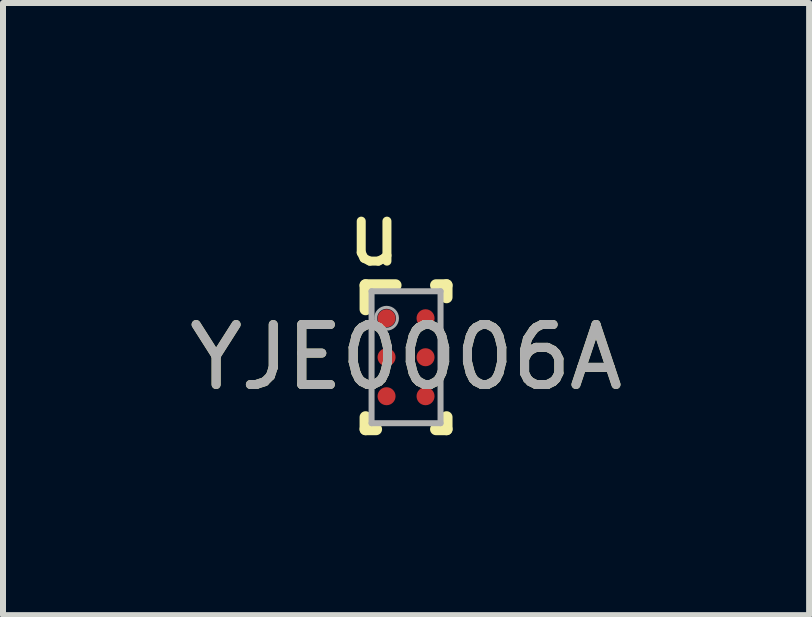
<source format=kicad_pcb>
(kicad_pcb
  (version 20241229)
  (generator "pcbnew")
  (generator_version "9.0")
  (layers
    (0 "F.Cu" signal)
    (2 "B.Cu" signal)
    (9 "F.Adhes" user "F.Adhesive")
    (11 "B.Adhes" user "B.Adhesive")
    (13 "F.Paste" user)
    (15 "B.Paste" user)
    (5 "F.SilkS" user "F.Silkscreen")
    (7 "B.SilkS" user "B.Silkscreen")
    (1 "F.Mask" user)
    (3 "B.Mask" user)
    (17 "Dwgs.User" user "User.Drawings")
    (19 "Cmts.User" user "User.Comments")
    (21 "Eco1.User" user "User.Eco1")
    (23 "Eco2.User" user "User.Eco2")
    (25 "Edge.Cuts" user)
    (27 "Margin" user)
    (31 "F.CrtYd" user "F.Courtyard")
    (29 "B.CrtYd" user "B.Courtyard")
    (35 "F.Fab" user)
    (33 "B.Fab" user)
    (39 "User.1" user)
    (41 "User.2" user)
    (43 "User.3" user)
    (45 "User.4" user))
  (footprint "YJE0006A"
    (layer "F.Cu")
    (at 3.72 2.906)
    (property "Reference" "YJE0006A" (at 0 0 0) (unlocked yes) (layer "F.SilkS") (effects (font (size 1 1) (thickness 0.15))))
    (attr smd)
    (fp_line (start -0.675 -1.2) (end -0.175 -1.2) (stroke (width 0.2) (type solid)) (layer "F.SilkS"))
    (fp_line (start -0.675 -0.8) (end -0.675 -1.2) (stroke (width 0.2) (type solid)) (layer "F.SilkS"))
    (fp_line (start -0.675 1.2) (end -0.675 1) (stroke (width 0.2) (type solid)) (layer "F.SilkS"))
    (fp_line (start -0.675 1.2) (end -0.5 1.2) (stroke (width 0.2) (type solid)) (layer "F.SilkS"))
    (fp_line (start 0.5 -1.2) (end 0.675 -1.2) (stroke (width 0.2) (type solid)) (layer "F.SilkS"))
    (fp_line (start 0.5 1.2) (end 0.675 1.2) (stroke (width 0.2) (type solid)) (layer "F.SilkS"))
    (fp_line (start 0.675 -1) (end 0.675 -1.2) (stroke (width 0.2) (type solid)) (layer "F.SilkS"))
    (fp_line (start 0.675 1.2) (end 0.675 1) (stroke (width 0.2) (type solid)) (layer "F.SilkS"))
    (fp_line (start -0.475 -0.55) (end -0.475 -0.75) (stroke (width 0.02) (type solid)) (layer "F.Paste"))
    (fp_line (start -0.475 0.1) (end -0.475 -0.1) (stroke (width 0.02) (type solid)) (layer "F.Paste"))
    (fp_line (start -0.475 0.75) (end -0.475 0.55) (stroke (width 0.02) (type solid)) (layer "F.Paste"))
    (fp_line (start -0.425 -0.8) (end -0.225 -0.8) (stroke (width 0.02) (type solid)) (layer "F.Paste"))
    (fp_line (start -0.425 -0.5) (end -0.225 -0.5) (stroke (width 0.02) (type solid)) (layer "F.Paste"))
    (fp_line (start -0.425 -0.15) (end -0.225 -0.15) (stroke (width 0.02) (type solid)) (layer "F.Paste"))
    (fp_line (start -0.425 0.15) (end -0.225 0.15) (stroke (width 0.02) (type solid)) (layer "F.Paste"))
    (fp_line (start -0.425 0.5) (end -0.225 0.5) (stroke (width 0.02) (type solid)) (layer "F.Paste"))
    (fp_line (start -0.425 0.8) (end -0.225 0.8) (stroke (width 0.02) (type solid)) (layer "F.Paste"))
    (fp_line (start -0.175 -0.55) (end -0.175 -0.75) (stroke (width 0.02) (type solid)) (layer "F.Paste"))
    (fp_line (start -0.175 0.1) (end -0.175 -0.1) (stroke (width 0.02) (type solid)) (layer "F.Paste"))
    (fp_line (start -0.175 0.75) (end -0.175 0.55) (stroke (width 0.02) (type solid)) (layer "F.Paste"))
    (fp_line (start 0.175 -0.55) (end 0.175 -0.75) (stroke (width 0.02) (type solid)) (layer "F.Paste"))
    (fp_line (start 0.175 0.1) (end 0.175 -0.1) (stroke (width 0.02) (type solid)) (layer "F.Paste"))
    (fp_line (start 0.175 0.75) (end 0.175 0.55) (stroke (width 0.02) (type solid)) (layer "F.Paste"))
    (fp_line (start 0.225 -0.8) (end 0.425 -0.8) (stroke (width 0.02) (type solid)) (layer "F.Paste"))
    (fp_line (start 0.225 -0.5) (end 0.425 -0.5) (stroke (width 0.02) (type solid)) (layer "F.Paste"))
    (fp_line (start 0.225 -0.15) (end 0.425 -0.15) (stroke (width 0.02) (type solid)) (layer "F.Paste"))
    (fp_line (start 0.225 0.15) (end 0.425 0.15) (stroke (width 0.02) (type solid)) (layer "F.Paste"))
    (fp_line (start 0.225 0.5) (end 0.425 0.5) (stroke (width 0.02) (type solid)) (layer "F.Paste"))
    (fp_line (start 0.225 0.8) (end 0.425 0.8) (stroke (width 0.02) (type solid)) (layer "F.Paste"))
    (fp_line (start 0.475 -0.55) (end 0.475 -0.75) (stroke (width 0.02) (type solid)) (layer "F.Paste"))
    (fp_line (start 0.475 0.1) (end 0.475 -0.1) (stroke (width 0.02) (type solid)) (layer "F.Paste"))
    (fp_line (start 0.475 0.75) (end 0.475 0.55) (stroke (width 0.02) (type solid)) (layer "F.Paste"))
    (fp_circle (center -0.425 -0.75) (end -0.375 -0.75) (stroke (width 0.02) (type solid)) (fill no) (layer "F.Paste"))
    (fp_circle (center -0.425 -0.55) (end -0.375 -0.55) (stroke (width 0.02) (type solid)) (fill no) (layer "F.Paste"))
    (fp_circle (center -0.425 -0.1) (end -0.375 -0.1) (stroke (width 0.02) (type solid)) (fill no) (layer "F.Paste"))
    (fp_circle (center -0.425 0.1) (end -0.375 0.1) (stroke (width 0.02) (type solid)) (fill no) (layer "F.Paste"))
    (fp_circle (center -0.425 0.55) (end -0.375 0.55) (stroke (width 0.02) (type solid)) (fill no) (layer "F.Paste"))
    (fp_circle (center -0.425 0.75) (end -0.375 0.75) (stroke (width 0.02) (type solid)) (fill no) (layer "F.Paste"))
    (fp_circle (center -0.225 -0.75) (end -0.175 -0.75) (stroke (width 0.02) (type solid)) (fill no) (layer "F.Paste"))
    (fp_circle (center -0.225 -0.55) (end -0.175 -0.55) (stroke (width 0.02) (type solid)) (fill no) (layer "F.Paste"))
    (fp_circle (center -0.225 -0.1) (end -0.175 -0.1) (stroke (width 0.02) (type solid)) (fill no) (layer "F.Paste"))
    (fp_circle (center -0.225 0.1) (end -0.175 0.1) (stroke (width 0.02) (type solid)) (fill no) (layer "F.Paste"))
    (fp_circle (center -0.225 0.55) (end -0.175 0.55) (stroke (width 0.02) (type solid)) (fill no) (layer "F.Paste"))
    (fp_circle (center -0.225 0.75) (end -0.175 0.75) (stroke (width 0.02) (type solid)) (fill no) (layer "F.Paste"))
    (fp_circle (center 0.225 -0.75) (end 0.275 -0.75) (stroke (width 0.02) (type solid)) (fill no) (layer "F.Paste"))
    (fp_circle (center 0.225 -0.55) (end 0.275 -0.55) (stroke (width 0.02) (type solid)) (fill no) (layer "F.Paste"))
    (fp_circle (center 0.225 -0.1) (end 0.275 -0.1) (stroke (width 0.02) (type solid)) (fill no) (layer "F.Paste"))
    (fp_circle (center 0.225 0.1) (end 0.275 0.1) (stroke (width 0.02) (type solid)) (fill no) (layer "F.Paste"))
    (fp_circle (center 0.225 0.55) (end 0.275 0.55) (stroke (width 0.02) (type solid)) (fill no) (layer "F.Paste"))
    (fp_circle (center 0.225 0.75) (end 0.275 0.75) (stroke (width 0.02) (type solid)) (fill no) (layer "F.Paste"))
    (fp_circle (center 0.425 -0.75) (end 0.475 -0.75) (stroke (width 0.02) (type solid)) (fill no) (layer "F.Paste"))
    (fp_circle (center 0.425 -0.55) (end 0.475 -0.55) (stroke (width 0.02) (type solid)) (fill no) (layer "F.Paste"))
    (fp_circle (center 0.425 -0.1) (end 0.475 -0.1) (stroke (width 0.02) (type solid)) (fill no) (layer "F.Paste"))
    (fp_circle (center 0.425 0.1) (end 0.475 0.1) (stroke (width 0.02) (type solid)) (fill no) (layer "F.Paste"))
    (fp_circle (center 0.425 0.55) (end 0.475 0.55) (stroke (width 0.02) (type solid)) (fill no) (layer "F.Paste"))
    (fp_circle (center 0.425 0.75) (end 0.475 0.75) (stroke (width 0.02) (type solid)) (fill no) (layer "F.Paste"))
    (fp_poly (pts (xy -0.425 -0.7) (xy -0.475 -0.75) (xy -0.425 -0.8) (xy -0.375 -0.75)) (stroke (width 0) (type solid)) (fill yes) (layer "F.Paste"))
    (fp_poly (pts (xy -0.425 -0.05) (xy -0.475 -0.1) (xy -0.425 -0.15) (xy -0.375 -0.1)) (stroke (width 0) (type solid)) (fill yes) (layer "F.Paste"))
    (fp_poly (pts (xy -0.425 0.6) (xy -0.475 0.55) (xy -0.425 0.5) (xy -0.375 0.55)) (stroke (width 0) (type solid)) (fill yes) (layer "F.Paste"))
    (fp_poly (pts (xy -0.375 -0.55) (xy -0.425 -0.5) (xy -0.475 -0.55) (xy -0.425 -0.6)) (stroke (width 0) (type solid)) (fill yes) (layer "F.Paste"))
    (fp_poly (pts (xy -0.375 0.1) (xy -0.425 0.15) (xy -0.475 0.1) (xy -0.425 0.05)) (stroke (width 0) (type solid)) (fill yes) (layer "F.Paste"))
    (fp_poly (pts (xy -0.375 0.75) (xy -0.425 0.8) (xy -0.475 0.75) (xy -0.425 0.7)) (stroke (width 0) (type solid)) (fill yes) (layer "F.Paste"))
    (fp_poly (pts (xy -0.275 -0.75) (xy -0.225 -0.8) (xy -0.175 -0.75) (xy -0.225 -0.7)) (stroke (width 0) (type solid)) (fill yes) (layer "F.Paste"))
    (fp_poly (pts (xy -0.275 -0.1) (xy -0.225 -0.15) (xy -0.175 -0.1) (xy -0.225 -0.05)) (stroke (width 0) (type solid)) (fill yes) (layer "F.Paste"))
    (fp_poly (pts (xy -0.275 0.55) (xy -0.225 0.5) (xy -0.175 0.55) (xy -0.225 0.6)) (stroke (width 0) (type solid)) (fill yes) (layer "F.Paste"))
    (fp_poly (pts (xy -0.225 -0.6) (xy -0.175 -0.55) (xy -0.225 -0.5) (xy -0.275 -0.55)) (stroke (width 0) (type solid)) (fill yes) (layer "F.Paste"))
    (fp_poly (pts (xy -0.225 0.05) (xy -0.175 0.1) (xy -0.225 0.15) (xy -0.275 0.1)) (stroke (width 0) (type solid)) (fill yes) (layer "F.Paste"))
    (fp_poly (pts (xy -0.225 0.7) (xy -0.175 0.75) (xy -0.225 0.8) (xy -0.275 0.75)) (stroke (width 0) (type solid)) (fill yes) (layer "F.Paste"))
    (fp_poly (pts (xy 0.225 -0.7) (xy 0.175 -0.75) (xy 0.225 -0.8) (xy 0.275 -0.75)) (stroke (width 0) (type solid)) (fill yes) (layer "F.Paste"))
    (fp_poly (pts (xy 0.225 -0.05) (xy 0.175 -0.1) (xy 0.225 -0.15) (xy 0.275 -0.1)) (stroke (width 0) (type solid)) (fill yes) (layer "F.Paste"))
    (fp_poly (pts (xy 0.225 0.6) (xy 0.175 0.55) (xy 0.225 0.5) (xy 0.275 0.55)) (stroke (width 0) (type solid)) (fill yes) (layer "F.Paste"))
    (fp_poly (pts (xy 0.275 -0.55) (xy 0.225 -0.5) (xy 0.175 -0.55) (xy 0.225 -0.6)) (stroke (width 0) (type solid)) (fill yes) (layer "F.Paste"))
    (fp_poly (pts (xy 0.275 0.1) (xy 0.225 0.15) (xy 0.175 0.1) (xy 0.225 0.05)) (stroke (width 0) (type solid)) (fill yes) (layer "F.Paste"))
    (fp_poly (pts (xy 0.275 0.75) (xy 0.225 0.8) (xy 0.175 0.75) (xy 0.225 0.7)) (stroke (width 0) (type solid)) (fill yes) (layer "F.Paste"))
    (fp_poly (pts (xy 0.375 -0.75) (xy 0.425 -0.8) (xy 0.475 -0.75) (xy 0.425 -0.7)) (stroke (width 0) (type solid)) (fill yes) (layer "F.Paste"))
    (fp_poly (pts (xy 0.375 -0.1) (xy 0.425 -0.15) (xy 0.475 -0.1) (xy 0.425 -0.05)) (stroke (width 0) (type solid)) (fill yes) (layer "F.Paste"))
    (fp_poly (pts (xy 0.375 0.55) (xy 0.425 0.5) (xy 0.475 0.55) (xy 0.425 0.6)) (stroke (width 0) (type solid)) (fill yes) (layer "F.Paste"))
    (fp_poly (pts (xy 0.425 -0.6) (xy 0.475 -0.55) (xy 0.425 -0.5) (xy 0.375 -0.55)) (stroke (width 0) (type solid)) (fill yes) (layer "F.Paste"))
    (fp_poly (pts (xy 0.425 0.05) (xy 0.475 0.1) (xy 0.425 0.15) (xy 0.375 0.1)) (stroke (width 0) (type solid)) (fill yes) (layer "F.Paste"))
    (fp_poly (pts (xy 0.425 0.7) (xy 0.475 0.75) (xy 0.425 0.8) (xy 0.375 0.75)) (stroke (width 0) (type solid)) (fill yes) (layer "F.Paste"))
    (fp_poly (pts (xy -0.406 -0.796) (xy -0.471 -0.731) (xy -0.471 -0.731) (xy -0.475 -0.727) (xy -0.475 -0.55) (xy -0.429 -0.504) (xy -0.406 -0.504) (xy -0.402 -0.5) (xy -0.225 -0.5) (xy -0.225 -0.523) (xy -0.179 -0.569) (xy -0.179 -0.731) (xy -0.244 -0.796) (xy -0.244 -0.796)) (stroke (width 0) (type solid)) (fill yes) (layer "F.Paste"))
    (fp_poly (pts (xy -0.406 -0.146) (xy -0.471 -0.081) (xy -0.471 -0.081) (xy -0.475 -0.077) (xy -0.475 0.1) (xy -0.429 0.146) (xy -0.406 0.146) (xy -0.402 0.15) (xy -0.225 0.15) (xy -0.225 0.127) (xy -0.179 0.081) (xy -0.179 -0.081) (xy -0.244 -0.146) (xy -0.244 -0.146)) (stroke (width 0) (type solid)) (fill yes) (layer "F.Paste"))
    (fp_poly (pts (xy -0.406 0.504) (xy -0.471 0.569) (xy -0.471 0.569) (xy -0.475 0.573) (xy -0.475 0.75) (xy -0.429 0.796) (xy -0.406 0.796) (xy -0.402 0.8) (xy -0.225 0.8) (xy -0.225 0.777) (xy -0.179 0.731) (xy -0.179 0.569) (xy -0.244 0.504) (xy -0.244 0.504)) (stroke (width 0) (type solid)) (fill yes) (layer "F.Paste"))
    (fp_poly (pts (xy 0.244 -0.796) (xy 0.179 -0.731) (xy 0.179 -0.731) (xy 0.175 -0.727) (xy 0.175 -0.55) (xy 0.221 -0.504) (xy 0.244 -0.504) (xy 0.248 -0.5) (xy 0.425 -0.5) (xy 0.425 -0.523) (xy 0.471 -0.569) (xy 0.471 -0.731) (xy 0.406 -0.796) (xy 0.406 -0.796)) (stroke (width 0) (type solid)) (fill yes) (layer "F.Paste"))
    (fp_poly (pts (xy 0.244 -0.146) (xy 0.179 -0.081) (xy 0.179 -0.081) (xy 0.175 -0.077) (xy 0.175 0.1) (xy 0.221 0.146) (xy 0.244 0.146) (xy 0.248 0.15) (xy 0.425 0.15) (xy 0.425 0.127) (xy 0.471 0.081) (xy 0.471 -0.081) (xy 0.406 -0.146) (xy 0.406 -0.146)) (stroke (width 0) (type solid)) (fill yes) (layer "F.Paste"))
    (fp_poly (pts (xy 0.244 0.504) (xy 0.179 0.569) (xy 0.179 0.569) (xy 0.175 0.573) (xy 0.175 0.75) (xy 0.221 0.796) (xy 0.244 0.796) (xy 0.248 0.8) (xy 0.425 0.8) (xy 0.425 0.777) (xy 0.471 0.731) (xy 0.471 0.569) (xy 0.406 0.504) (xy 0.406 0.504)) (stroke (width 0) (type solid)) (fill yes) (layer "F.Paste"))
    (fp_line (start -0.575 -1.1) (end 0.575 -1.1) (stroke (width 0.1) (type solid)) (layer "F.Fab"))
    (fp_line (start -0.575 1.1) (end -0.575 -1.1) (stroke (width 0.1) (type solid)) (layer "F.Fab"))
    (fp_line (start -0.575 1.1) (end 0.575 1.1) (stroke (width 0.1) (type solid)) (layer "F.Fab"))
    (fp_line (start 0.575 1.1) (end 0.575 -1.1) (stroke (width 0.1) (type solid)) (layer "F.Fab"))
    (fp_circle (center -0.325 -0.65) (end -0.143 -0.65) (stroke (width 0.05) (type solid)) (fill no) (layer "F.Fab"))
    (fp_text user "u" (at -0.533 -2.057 0) (unlocked yes) (layer "F.SilkS") (effects (font (size 1 1) (thickness 0.15))))
    (fp_text user "${REFERENCE}" (at 0 0 0) (unlocked yes) (layer "F.Fab") (effects (font (size 1 1) (thickness 0.15))))
    (pad "A1" smd circle (at -0.325 -0.65) (size 0.3 0.3) (layers "F.Cu" "F.Mask"))
    (pad "A2" smd circle (at 0.325 -0.65) (size 0.3 0.3) (layers "F.Cu" "F.Mask"))
    (pad "B1" smd circle (at -0.325 0) (size 0.3 0.3) (layers "F.Cu" "F.Mask"))
    (pad "B2" smd circle (at 0.325 0) (size 0.3 0.3) (layers "F.Cu" "F.Mask"))
    (pad "C1" smd circle (at -0.325 0.65) (size 0.3 0.3) (layers "F.Cu" "F.Mask"))
    (pad "C2" smd circle (at 0.325 0.65) (size 0.3 0.3) (layers "F.Cu" "F.Mask")))
  (gr_rect
    (start -3 -3)
    (end 10.44 7.206)
    (stroke (width 0.1) (type default))
    (fill no)
    (layer "Edge.Cuts")))
</source>
